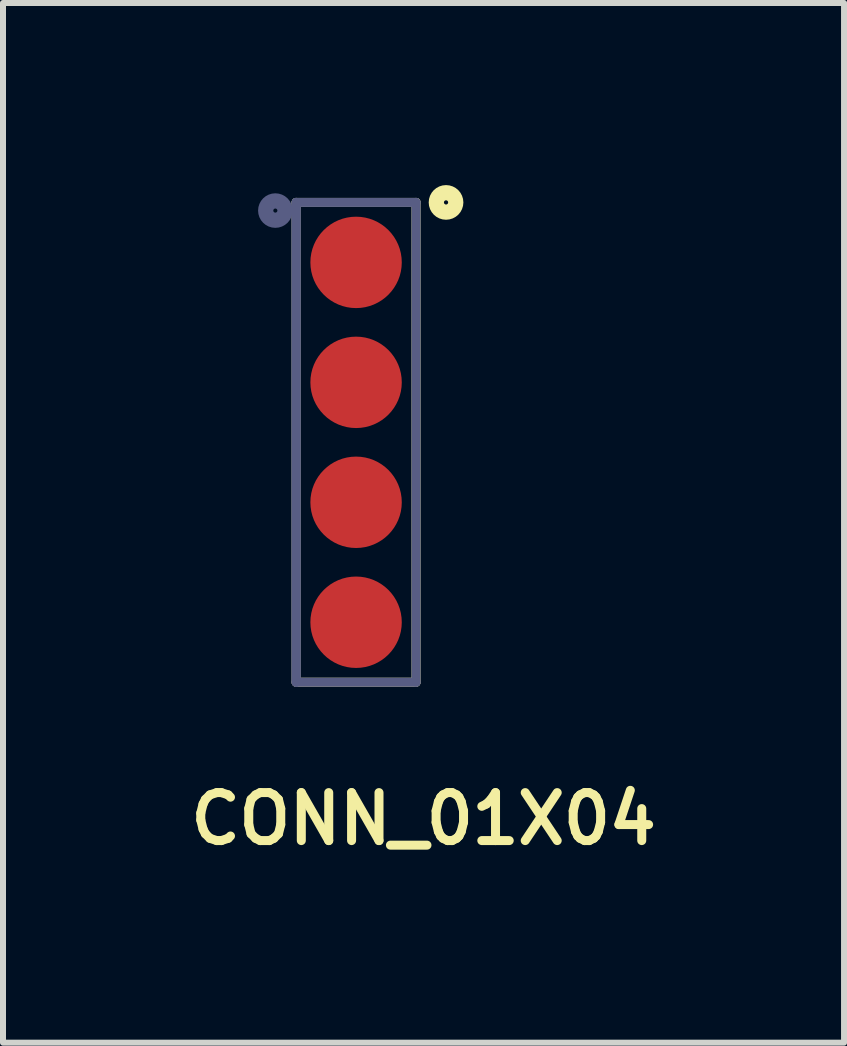
<source format=kicad_pcb>
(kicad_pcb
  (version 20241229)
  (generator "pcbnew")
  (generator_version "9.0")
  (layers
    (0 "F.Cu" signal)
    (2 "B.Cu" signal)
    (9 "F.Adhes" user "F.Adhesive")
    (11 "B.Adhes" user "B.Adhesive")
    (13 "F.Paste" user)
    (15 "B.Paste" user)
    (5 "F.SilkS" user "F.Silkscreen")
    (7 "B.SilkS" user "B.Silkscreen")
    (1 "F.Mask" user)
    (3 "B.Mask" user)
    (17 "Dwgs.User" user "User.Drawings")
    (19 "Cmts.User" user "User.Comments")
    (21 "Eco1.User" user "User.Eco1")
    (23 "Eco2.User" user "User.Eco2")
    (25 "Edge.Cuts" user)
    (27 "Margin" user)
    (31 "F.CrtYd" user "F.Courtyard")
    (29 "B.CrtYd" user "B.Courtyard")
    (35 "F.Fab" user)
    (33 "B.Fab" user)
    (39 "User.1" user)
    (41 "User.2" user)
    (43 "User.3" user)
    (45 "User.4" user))
  (footprint "CONN_01X04"
    (layer "F.Cu")
    (at 2.887 1.325)
    (property "Reference" "CONN_01X04" (at 1.125 9.278 0) (unlocked yes) (layer "F.SilkS") (effects (font (size 0.8 0.8) (thickness 0.15))))
    (fp_line (start -1 -1) (end 1 -1) (stroke (width 0.15) (type solid)) (layer "F.SilkS"))
    (fp_line (start -1 7) (end -1 -1) (stroke (width 0.15) (type solid)) (layer "F.SilkS"))
    (fp_line (start -1 7) (end 1 7) (stroke (width 0.15) (type solid)) (layer "F.SilkS"))
    (fp_line (start 1 7) (end 1 -1) (stroke (width 0.15) (type solid)) (layer "F.SilkS"))
    (fp_circle (center 1.5 -1) (end 1.5 -1.035) (stroke (width 0.254) (type solid)) (fill no) (layer "F.SilkS"))
    (fp_line (start -1 -1) (end 1 -1) (stroke (width 0.15) (type solid)) (layer "B.Fab"))
    (fp_line (start -1 7) (end -1 -1) (stroke (width 0.15) (type solid)) (layer "B.Fab"))
    (fp_line (start -1 7) (end -1 -1) (stroke (width 0.15) (type solid)) (layer "B.Fab"))
    (fp_line (start -1 7) (end 1 7) (stroke (width 0.15) (type solid)) (layer "B.Fab"))
    (fp_line (start 1 7) (end 1 -1) (stroke (width 0.15) (type solid)) (layer "B.Fab"))
    (fp_circle (center -1.346 -0.864) (end -1.346 -0.898) (stroke (width 0.254) (type solid)) (fill no) (layer "B.Fab"))
    (fp_line (start -0.25 3) (end 0.25 3) (stroke (width 0.15) (type solid)) (layer "User.6"))
    (fp_line (start 0 3.25) (end 0 2.75) (stroke (width 0.15) (type solid)) (layer "User.6"))
    (fp_line (start -1.25 -1.25) (end 1.25 -1.25) (stroke (width 0.15) (type solid)) (layer "User.13"))
    (fp_line (start -1.25 7.25) (end -1.25 -1.25) (stroke (width 0.15) (type solid)) (layer "User.13"))
    (fp_line (start -1.25 7.25) (end 1.25 7.25) (stroke (width 0.15) (type solid)) (layer "User.13"))
    (fp_line (start 1.25 7.25) (end 1.25 -1.25) (stroke (width 0.15) (type solid)) (layer "User.13"))
    (pad "1" smd circle (at 0 0) (size 1.524 1.524) (layers "F.Cu" "F.Mask" "F.Paste"))
    (pad "2" smd circle (at 0 2) (size 1.524 1.524) (layers "F.Cu" "F.Mask" "F.Paste"))
    (pad "3" smd circle (at 0 4) (size 1.524 1.524) (layers "F.Cu" "F.Mask" "F.Paste"))
    (pad "4" smd circle (at 0 6) (size 1.524 1.524) (layers "F.Cu" "F.Mask" "F.Paste")))
  (gr_rect
    (start -3 -3)
    (end 11.023 14.335)
    (stroke (width 0.1) (type default))
    (fill no)
    (layer "Edge.Cuts")))
</source>
